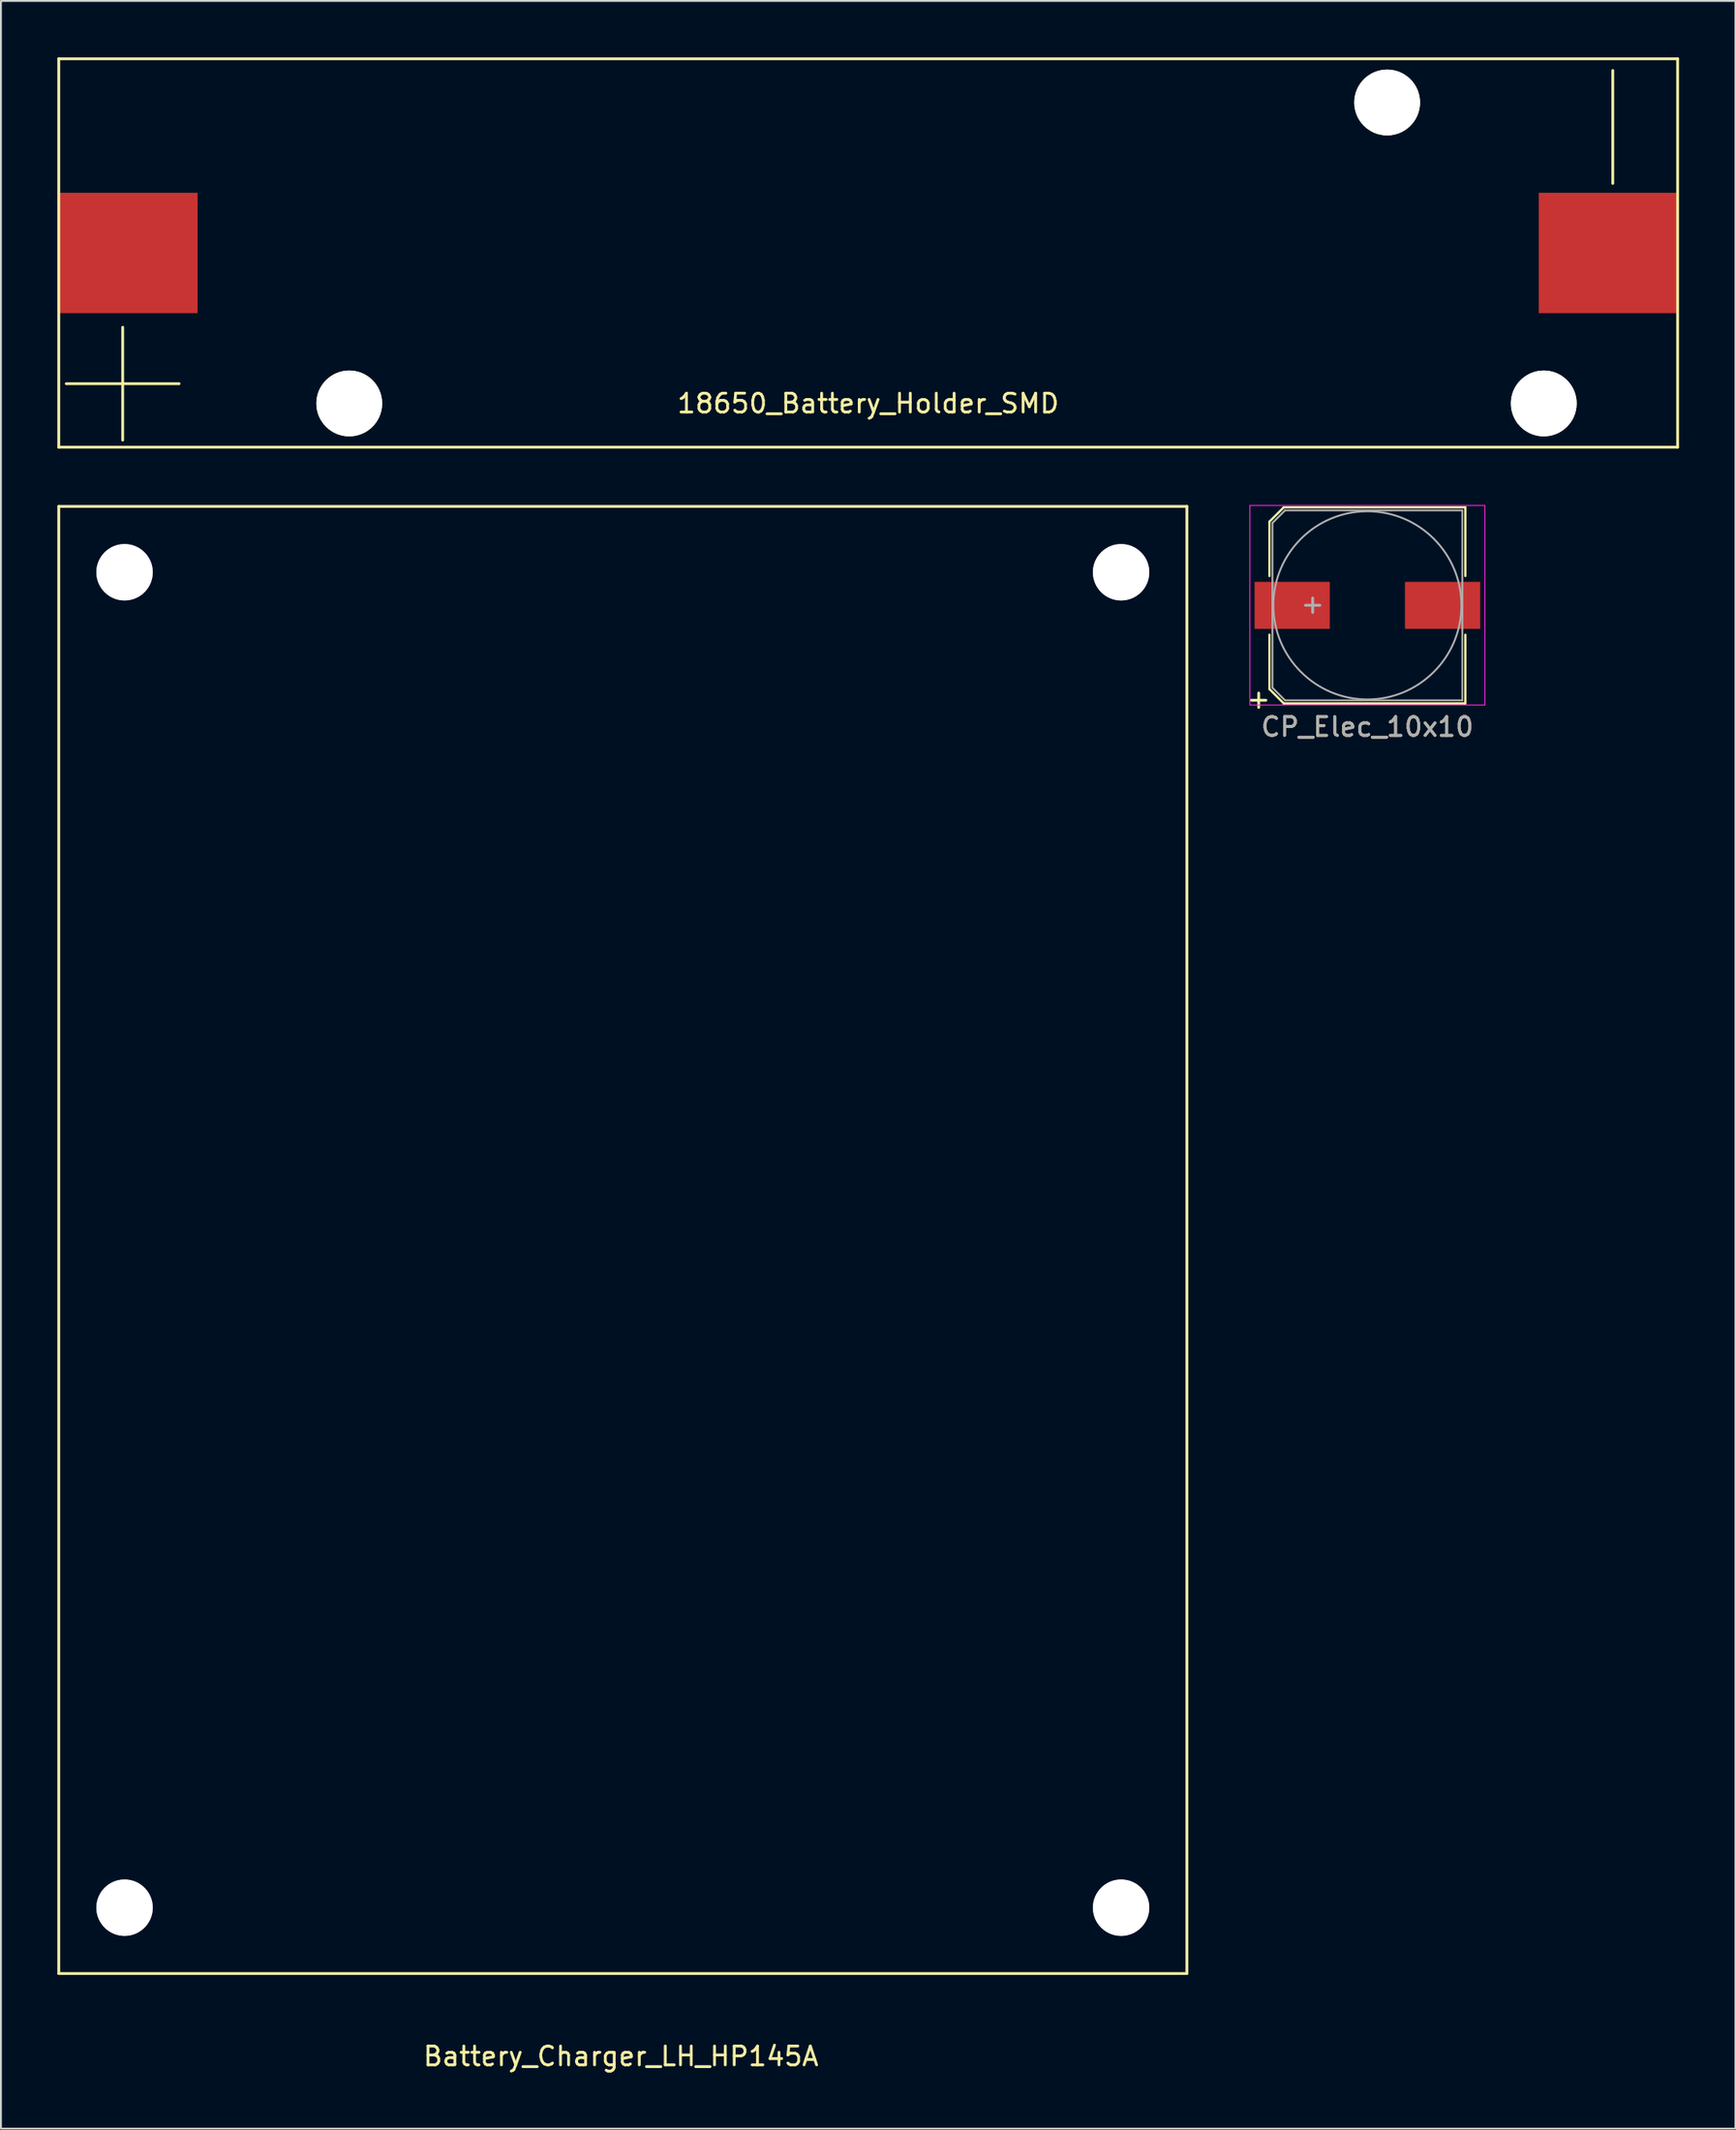
<source format=kicad_pcb>
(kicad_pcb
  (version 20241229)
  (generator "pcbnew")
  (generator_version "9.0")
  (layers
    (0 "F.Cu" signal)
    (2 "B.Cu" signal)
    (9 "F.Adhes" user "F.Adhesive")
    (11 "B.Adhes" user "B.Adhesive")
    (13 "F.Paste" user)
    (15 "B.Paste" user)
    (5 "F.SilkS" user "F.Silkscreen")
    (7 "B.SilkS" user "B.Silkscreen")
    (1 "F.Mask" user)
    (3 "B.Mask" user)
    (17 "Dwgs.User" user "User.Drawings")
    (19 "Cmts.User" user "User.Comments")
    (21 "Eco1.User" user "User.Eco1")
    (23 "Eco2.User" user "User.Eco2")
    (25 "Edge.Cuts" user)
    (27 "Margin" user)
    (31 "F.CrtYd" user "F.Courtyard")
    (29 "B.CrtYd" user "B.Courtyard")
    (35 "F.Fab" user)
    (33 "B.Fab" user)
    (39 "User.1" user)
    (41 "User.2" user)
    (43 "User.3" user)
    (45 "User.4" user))
  (footprint "18650_Battery_Holder_SMD"
    (layer "F.Cu")
    (at 43.125 10.4)
    (property "Reference" "18650_Battery_Holder_SMD" (at 0 8 0) (layer "F.SilkS") (effects (font (size 1 1) (thickness 0.15))))
    (attr through_hole)
    (fp_line (start -43.05 -10.325) (end -43.05 10.325) (stroke (width 0.15) (type solid)) (layer "F.SilkS"))
    (fp_line (start -43.05 -10.325) (end 43.05 -10.325) (stroke (width 0.15) (type solid)) (layer "F.SilkS"))
    (fp_line (start -43.05 10.325) (end 43.05 10.325) (stroke (width 0.15) (type solid)) (layer "F.SilkS"))
    (fp_line (start -39.65 9.95) (end -39.65 3.95) (stroke (width 0.15) (type solid)) (layer "F.SilkS"))
    (fp_line (start -36.65 6.95) (end -42.65 6.95) (stroke (width 0.15) (type solid)) (layer "F.SilkS"))
    (fp_line (start 39.6 -3.7) (end 39.6 -9.7) (stroke (width 0.15) (type solid)) (layer "F.SilkS"))
    (fp_line (start 43.05 -10.325) (end 43.05 10.325) (stroke (width 0.15) (type solid)) (layer "F.SilkS"))
    (pad "" np_thru_hole circle (at -27.6 8) (size 3.5 3.5) (drill 3.5) (layers "*.Cu" "*.Mask" "F.SilkS"))
    (pad "" np_thru_hole circle (at 27.6 -8) (size 3.5 3.5) (drill 3.5) (layers "*.Cu" "*.Mask" "F.SilkS"))
    (pad "" np_thru_hole circle (at 35.93 8) (size 3.5 3.5) (drill 3.5) (layers "*.Cu" "*.Mask" "F.SilkS"))
    (pad "1" smd rect (at -39.335 0) (size 7.34 6.4) (layers "F.Cu" "F.Mask" "F.Paste"))
    (pad "2" smd rect (at 39.335 0) (size 7.34 6.4) (layers "F.Cu" "F.Mask" "F.Paste")))
  (footprint "Battery_Charger_LH_HP145A"
    (layer "F.Cu")
    (at 30.075 62.875)
    (property "Reference" "Battery_Charger_LH_HP145A" (at -0.1 43.4 0) (layer "F.SilkS") (effects (font (size 1 1) (thickness 0.15))))
    (attr through_hole)
    (fp_line (start -30 -39) (end -30 39) (stroke (width 0.15) (type solid)) (layer "F.SilkS"))
    (fp_line (start -30 -39) (end 30 -39) (stroke (width 0.15) (type solid)) (layer "F.SilkS"))
    (fp_line (start -30 39) (end 30 39) (stroke (width 0.15) (type solid)) (layer "F.SilkS"))
    (fp_line (start 30 -39) (end 30 39) (stroke (width 0.15) (type solid)) (layer "F.SilkS"))
    (pad "1" thru_hole circle (at -26.5 -35.5) (size 3 3) (drill 3) (layers "*.Cu" "*.Mask"))
    (pad "1" thru_hole circle (at -26.5 35.5) (size 3 3) (drill 3) (layers "*.Cu" "*.Mask"))
    (pad "1" thru_hole circle (at 26.5 -35.5) (size 3 3) (drill 3) (layers "*.Cu" "*.Mask"))
    (pad "1" thru_hole circle (at 26.5 35.5) (size 3 3) (drill 3) (layers "*.Cu" "*.Mask")))
  (footprint "CP_Elec_10x10"
    (layer "F.Cu")
    (at 69.674 29.135)
    (property "Reference" "CP_Elec_10x10" (at 0 6.46 0) (layer "F.SilkS") (effects (font (size 1 1) (thickness 0.15))))
    (attr smd)
    (fp_line (start -5.21 -4.45) (end -5.21 -1.56) (stroke (width 0.12) (type solid)) (layer "F.SilkS"))
    (fp_line (start -5.21 -4.45) (end -4.45 -5.21) (stroke (width 0.12) (type solid)) (layer "F.SilkS"))
    (fp_line (start -5.21 4.45) (end -5.21 1.56) (stroke (width 0.12) (type solid)) (layer "F.SilkS"))
    (fp_line (start -4.45 -5.21) (end 5.21 -5.21) (stroke (width 0.12) (type solid)) (layer "F.SilkS"))
    (fp_line (start -4.45 5.21) (end -5.21 4.45) (stroke (width 0.12) (type solid)) (layer "F.SilkS"))
    (fp_line (start 5.21 -5.21) (end 5.21 -1.56) (stroke (width 0.12) (type solid)) (layer "F.SilkS"))
    (fp_line (start 5.21 5.21) (end -4.45 5.21) (stroke (width 0.12) (type solid)) (layer "F.SilkS"))
    (fp_line (start 5.21 5.21) (end 5.21 1.56) (stroke (width 0.12) (type solid)) (layer "F.SilkS"))
    (fp_line (start -6.25 -5.31) (end -6.25 5.3) (stroke (width 0.05) (type solid)) (layer "F.CrtYd"))
    (fp_line (start -6.25 -5.31) (end 6.25 -5.31) (stroke (width 0.05) (type solid)) (layer "F.CrtYd"))
    (fp_line (start 6.25 5.3) (end -6.25 5.3) (stroke (width 0.05) (type solid)) (layer "F.CrtYd"))
    (fp_line (start 6.25 5.3) (end 6.25 -5.31) (stroke (width 0.05) (type solid)) (layer "F.CrtYd"))
    (fp_line (start -5.05 -4.38) (end -5.05 4.38) (stroke (width 0.1) (type solid)) (layer "F.Fab"))
    (fp_line (start -5.05 4.38) (end -4.38 5.05) (stroke (width 0.1) (type solid)) (layer "F.Fab"))
    (fp_line (start -4.38 -5.05) (end -5.05 -4.38) (stroke (width 0.1) (type solid)) (layer "F.Fab"))
    (fp_line (start -4.38 5.05) (end 5.05 5.05) (stroke (width 0.1) (type solid)) (layer "F.Fab"))
    (fp_line (start 5.05 -5.05) (end -4.38 -5.05) (stroke (width 0.1) (type solid)) (layer "F.Fab"))
    (fp_line (start 5.05 5.05) (end 5.05 -5.05) (stroke (width 0.1) (type solid)) (layer "F.Fab"))
    (fp_circle (center 0 0) (end 0.1 5) (stroke (width 0.1) (type solid)) (fill no) (layer "F.Fab"))
    (fp_text user "+" (at -5.78 4.97 0) (layer "F.SilkS") (effects (font (size 1 1) (thickness 0.15))))
    (fp_text user "${REFERENCE}" (at 0 6.46 0) (layer "F.Fab") (effects (font (size 1 1) (thickness 0.15))))
    (fp_text user "+" (at -2.91 -0.08 0) (layer "F.Fab") (effects (font (size 1 1) (thickness 0.15))))
    (pad "1" smd rect (at -4 0 180) (size 4 2.5) (layers "F.Cu" "F.Mask" "F.Paste"))
    (pad "2" smd rect (at 4 0 180) (size 4 2.5) (layers "F.Cu" "F.Mask" "F.Paste")))
  (gr_rect
    (start -3 -3)
    (end 89.25 110.123)
    (stroke (width 0.1) (type default))
    (fill no)
    (layer "Edge.Cuts")))
</source>
